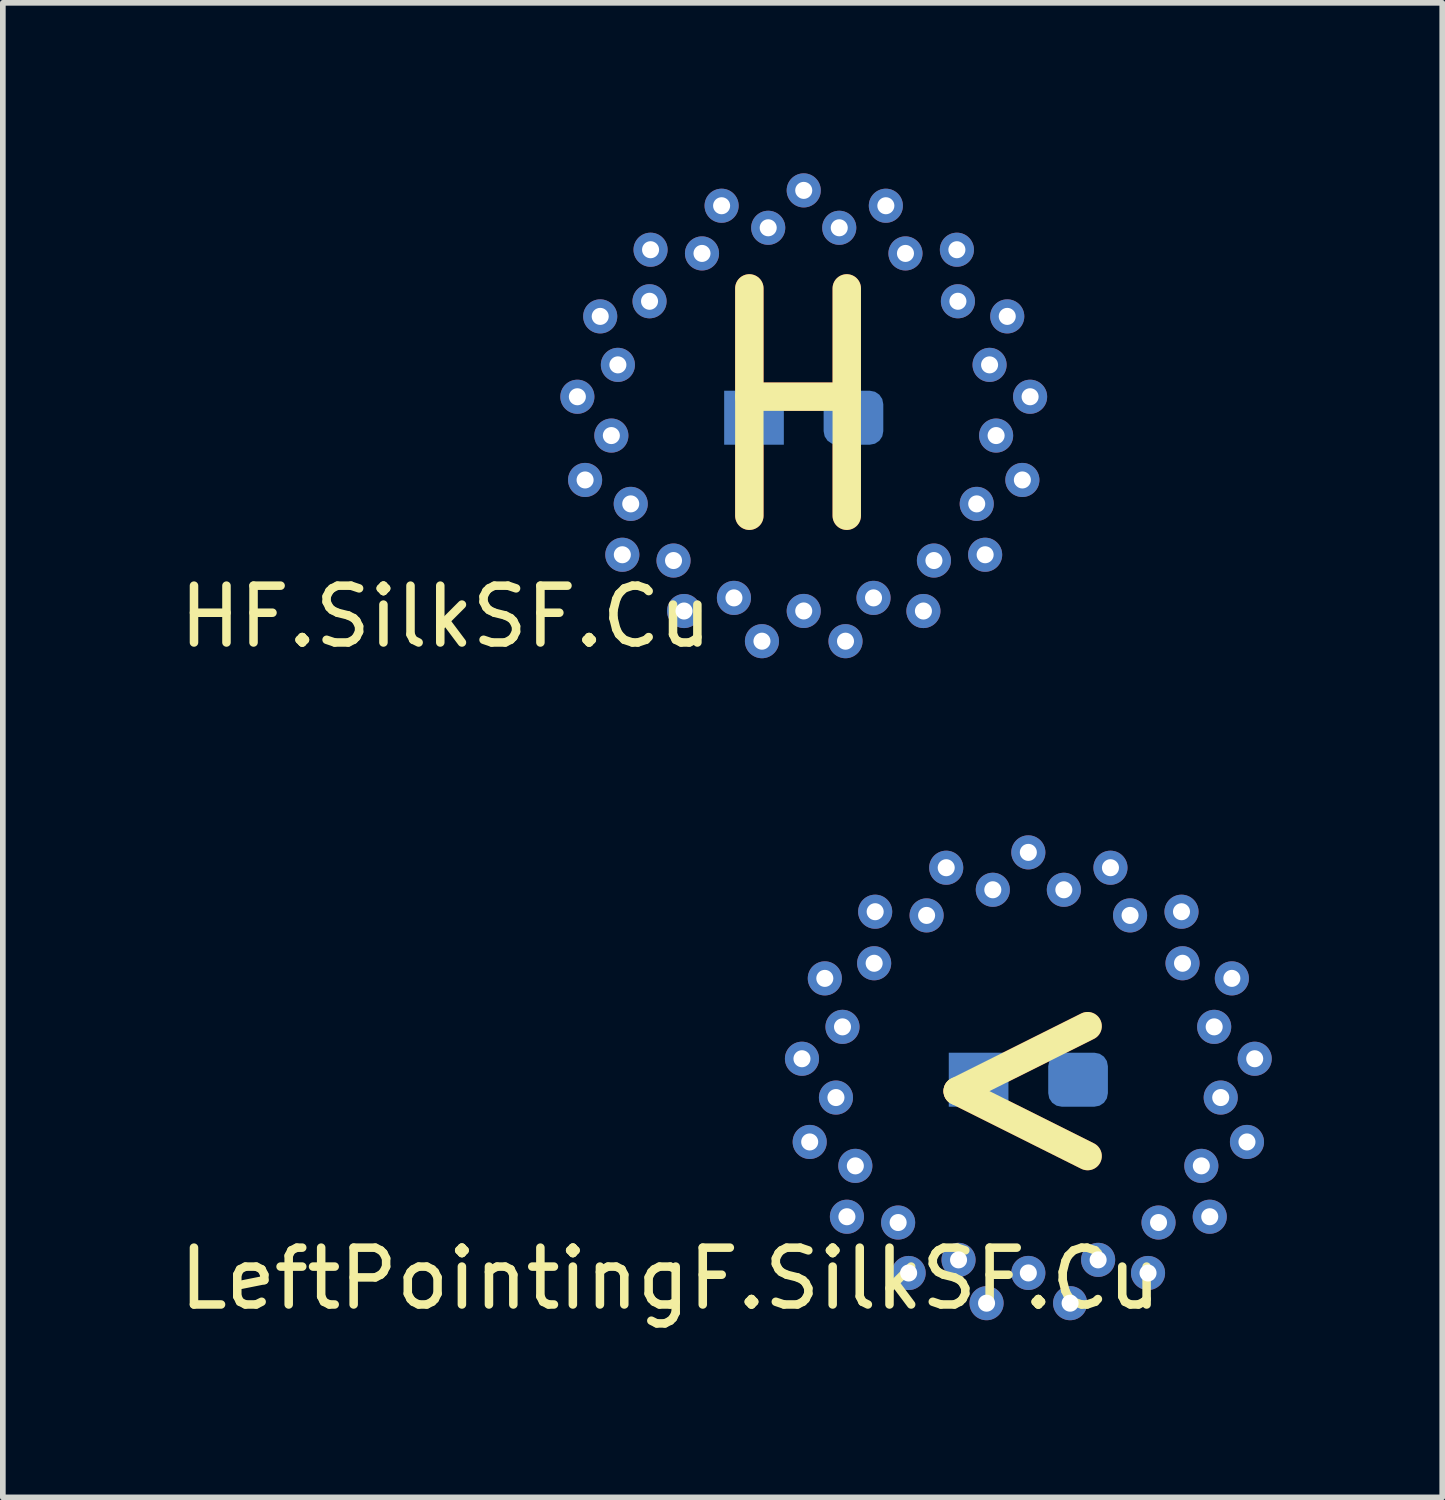
<source format=kicad_pcb>
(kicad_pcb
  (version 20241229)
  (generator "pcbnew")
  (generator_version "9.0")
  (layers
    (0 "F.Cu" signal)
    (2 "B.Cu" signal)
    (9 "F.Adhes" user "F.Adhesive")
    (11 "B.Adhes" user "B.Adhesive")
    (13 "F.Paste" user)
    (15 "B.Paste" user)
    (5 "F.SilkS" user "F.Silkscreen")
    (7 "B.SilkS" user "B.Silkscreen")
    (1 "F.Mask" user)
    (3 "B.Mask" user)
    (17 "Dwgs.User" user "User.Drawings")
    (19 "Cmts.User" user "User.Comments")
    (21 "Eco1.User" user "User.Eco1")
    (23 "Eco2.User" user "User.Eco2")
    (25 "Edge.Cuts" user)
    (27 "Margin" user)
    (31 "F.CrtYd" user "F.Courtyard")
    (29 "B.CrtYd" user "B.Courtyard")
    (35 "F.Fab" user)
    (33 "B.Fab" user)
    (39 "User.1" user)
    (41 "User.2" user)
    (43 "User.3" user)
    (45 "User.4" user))
  (footprint "HF.SilkSF.Cu"
    (layer "F.Cu")
    (at 11.092 4.3)
    (property "Reference" "HF.SilkSF.Cu" (at -6.3 3.5 0) (layer "F.SilkS") (effects (font (size 1 1) (thickness 0.15))))
    (attr through_hole)
    (fp_poly (pts (xy 0 3.4) (xy 1.228 3.17) (xy 2.291 2.513) (xy 3.044 1.516) (xy 3.385 0.314) (xy 3.27 -0.93) (xy 2.713 -2.049) (xy 1.79 -2.891) (xy 0.625 -3.342) (xy -0.625 -3.342) (xy -1.79 -2.891) (xy -2.713 -2.049) (xy -3.27 -0.93) (xy -3.385 0.314) (xy -3.044 1.516) (xy -2.291 2.513) (xy -1.228 3.17)) (stroke (width 0.1) (type solid)) (fill yes) (layer "F.Mask"))
    (fp_poly (pts (xy 0 3.4) (xy 1.228 3.17) (xy 2.291 2.513) (xy 3.044 1.516) (xy 3.385 0.314) (xy 3.27 -0.93) (xy 2.713 -2.049) (xy 1.79 -2.891) (xy 0.625 -3.342) (xy -0.625 -3.342) (xy -1.79 -2.891) (xy -2.713 -2.049) (xy -3.27 -0.93) (xy -3.385 0.314) (xy -3.044 1.516) (xy -2.291 2.513) (xy -1.228 3.17)) (stroke (width 0.1) (type solid)) (fill yes) (layer "B.Mask"))
    (fp_text user "H" (at -0.1 -0.1 0) (layer "F.Cu") (effects (font (size 4 3) (thickness 0.5))))
    (fp_text user "H" (at -0.1 -0.1 0) (layer "F.SilkS") (effects (font (size 4 3) (thickness 0.5))))
    (pad "1" thru_hole circle (at -3.385 0.314) (size 0.6 0.6) (drill 0.3) (layers "*.Cu"))
    (pad "1" thru_hole circle (at -3.27 -0.93) (size 0.6 0.6) (drill 0.3) (layers "*.Cu"))
    (pad "1" thru_hole circle (at -3.044 1.516) (size 0.6 0.6) (drill 0.3) (layers "*.Cu"))
    (pad "1" thru_hole circle (at -2.713 -2.049) (size 0.6 0.6) (drill 0.3) (layers "*.Cu"))
    (pad "1" thru_hole circle (at -2.291 2.513) (size 0.6 0.6) (drill 0.3) (layers "*.Cu"))
    (pad "1" thru_hole circle (at -1.79 -2.891) (size 0.6 0.6) (drill 0.3) (layers "*.Cu"))
    (pad "1" thru_hole circle (at -1.228 3.17) (size 0.6 0.6) (drill 0.3) (layers "*.Cu"))
    (pad "1" smd rect (at -0.875 0) (size 1.05 0.95) (layers "B.Cu" "B.Mask" "B.Paste"))
    (pad "1" thru_hole circle (at -0.625 -3.342) (size 0.6 0.6) (drill 0.3) (layers "*.Cu"))
    (pad "1" thru_hole circle (at 0 3.4) (size 0.6 0.6) (drill 0.3) (layers "*.Cu"))
    (pad "1" thru_hole circle (at 0.625 -3.342) (size 0.6 0.6) (drill 0.3) (layers "*.Cu"))
    (pad "1" thru_hole circle (at 1.228 3.17) (size 0.6 0.6) (drill 0.3) (layers "*.Cu"))
    (pad "1" thru_hole circle (at 1.79 -2.891) (size 0.6 0.6) (drill 0.3) (layers "*.Cu"))
    (pad "1" thru_hole circle (at 2.291 2.513) (size 0.6 0.6) (drill 0.3) (layers "*.Cu"))
    (pad "1" thru_hole circle (at 2.713 -2.049) (size 0.6 0.6) (drill 0.3) (layers "*.Cu"))
    (pad "1" thru_hole circle (at 3.044 1.516) (size 0.6 0.6) (drill 0.3) (layers "*.Cu"))
    (pad "1" thru_hole circle (at 3.27 -0.93) (size 0.6 0.6) (drill 0.3) (layers "*.Cu"))
    (pad "1" thru_hole circle (at 3.385 0.314) (size 0.6 0.6) (drill 0.3) (layers "*.Cu"))
    (pad "2" thru_hole circle (at -3.983 -0.369) (size 0.6 0.6) (drill 0.3) (layers "*.Cu"))
    (pad "2" thru_hole circle (at -3.847 1.095) (size 0.6 0.6) (drill 0.3) (layers "*.Cu"))
    (pad "2" thru_hole circle (at -3.581 -1.783) (size 0.6 0.6) (drill 0.3) (layers "*.Cu"))
    (pad "2" thru_hole circle (at -3.192 2.411) (size 0.6 0.6) (drill 0.3) (layers "*.Cu"))
    (pad "2" thru_hole circle (at -2.695 -2.956) (size 0.6 0.6) (drill 0.3) (layers "*.Cu"))
    (pad "2" thru_hole circle (at -2.106 3.401) (size 0.6 0.6) (drill 0.3) (layers "*.Cu"))
    (pad "2" thru_hole circle (at -1.445 -3.73) (size 0.6 0.6) (drill 0.3) (layers "*.Cu"))
    (pad "2" thru_hole circle (at -0.735 3.932) (size 0.6 0.6) (drill 0.3) (layers "*.Cu"))
    (pad "2" thru_hole circle (at 0 -4) (size 0.6 0.6) (drill 0.3) (layers "*.Cu"))
    (pad "2" thru_hole circle (at 0.735 3.932) (size 0.6 0.6) (drill 0.3) (layers "*.Cu"))
    (pad "2" smd roundrect (at 0.875 0) (size 1.05 0.95) (layers "B.Cu" "B.Mask" "B.Paste") (roundrect_rratio 0.25))
    (pad "2" thru_hole circle (at 1.445 -3.73) (size 0.6 0.6) (drill 0.3) (layers "*.Cu"))
    (pad "2" thru_hole circle (at 2.106 3.401) (size 0.6 0.6) (drill 0.3) (layers "*.Cu"))
    (pad "2" thru_hole circle (at 2.695 -2.956) (size 0.6 0.6) (drill 0.3) (layers "*.Cu"))
    (pad "2" thru_hole circle (at 3.192 2.411) (size 0.6 0.6) (drill 0.3) (layers "*.Cu"))
    (pad "2" thru_hole circle (at 3.581 -1.783) (size 0.6 0.6) (drill 0.3) (layers "*.Cu"))
    (pad "2" thru_hole circle (at 3.847 1.095) (size 0.6 0.6) (drill 0.3) (layers "*.Cu"))
    (pad "2" thru_hole circle (at 3.983 -0.369) (size 0.6 0.6) (drill 0.3) (layers "*.Cu")))
  (footprint "LeftPointingF.SilkSF.Cu"
    (layer "F.Cu")
    (at 15.044 15.948)
    (property "Reference" "LeftPointingF.SilkSF.Cu" (at -6.3 3.5 0) (layer "F.SilkS") (effects (font (size 1 1) (thickness 0.15))))
    (attr through_hole)
    (fp_poly (pts (xy 0 3.4) (xy 1.228 3.17) (xy 2.291 2.513) (xy 3.044 1.516) (xy 3.385 0.314) (xy 3.27 -0.93) (xy 2.713 -2.049) (xy 1.79 -2.891) (xy 0.625 -3.342) (xy -0.625 -3.342) (xy -1.79 -2.891) (xy -2.713 -2.049) (xy -3.27 -0.93) (xy -3.385 0.314) (xy -3.044 1.516) (xy -2.291 2.513) (xy -1.228 3.17)) (stroke (width 0.1) (type solid)) (fill yes) (layer "F.Mask"))
    (fp_poly (pts (xy 0 3.4) (xy 1.228 3.17) (xy 2.291 2.513) (xy 3.044 1.516) (xy 3.385 0.314) (xy 3.27 -0.93) (xy 2.713 -2.049) (xy 1.79 -2.891) (xy 0.625 -3.342) (xy -0.625 -3.342) (xy -1.79 -2.891) (xy -2.713 -2.049) (xy -3.27 -0.93) (xy -3.385 0.314) (xy -3.044 1.516) (xy -2.291 2.513) (xy -1.228 3.17)) (stroke (width 0.1) (type solid)) (fill yes) (layer "B.Mask"))
    (fp_text user "<" (at -0.1 -0.1 0) (layer "F.Cu") (effects (font (size 4 3) (thickness 0.5))))
    (fp_text user "<" (at -0.1 -0.1 0) (layer "F.SilkS") (effects (font (size 4 3) (thickness 0.5))))
    (pad "1" thru_hole circle (at -3.385 0.314) (size 0.6 0.6) (drill 0.3) (layers "*.Cu"))
    (pad "1" thru_hole circle (at -3.27 -0.93) (size 0.6 0.6) (drill 0.3) (layers "*.Cu"))
    (pad "1" thru_hole circle (at -3.044 1.516) (size 0.6 0.6) (drill 0.3) (layers "*.Cu"))
    (pad "1" thru_hole circle (at -2.713 -2.049) (size 0.6 0.6) (drill 0.3) (layers "*.Cu"))
    (pad "1" thru_hole circle (at -2.291 2.513) (size 0.6 0.6) (drill 0.3) (layers "*.Cu"))
    (pad "1" thru_hole circle (at -1.79 -2.891) (size 0.6 0.6) (drill 0.3) (layers "*.Cu"))
    (pad "1" thru_hole circle (at -1.228 3.17) (size 0.6 0.6) (drill 0.3) (layers "*.Cu"))
    (pad "1" smd rect (at -0.875 0) (size 1.05 0.95) (layers "B.Cu" "B.Mask" "B.Paste"))
    (pad "1" thru_hole circle (at -0.625 -3.342) (size 0.6 0.6) (drill 0.3) (layers "*.Cu"))
    (pad "1" thru_hole circle (at 0 3.4) (size 0.6 0.6) (drill 0.3) (layers "*.Cu"))
    (pad "1" thru_hole circle (at 0.625 -3.342) (size 0.6 0.6) (drill 0.3) (layers "*.Cu"))
    (pad "1" thru_hole circle (at 1.228 3.17) (size 0.6 0.6) (drill 0.3) (layers "*.Cu"))
    (pad "1" thru_hole circle (at 1.79 -2.891) (size 0.6 0.6) (drill 0.3) (layers "*.Cu"))
    (pad "1" thru_hole circle (at 2.291 2.513) (size 0.6 0.6) (drill 0.3) (layers "*.Cu"))
    (pad "1" thru_hole circle (at 2.713 -2.049) (size 0.6 0.6) (drill 0.3) (layers "*.Cu"))
    (pad "1" thru_hole circle (at 3.044 1.516) (size 0.6 0.6) (drill 0.3) (layers "*.Cu"))
    (pad "1" thru_hole circle (at 3.27 -0.93) (size 0.6 0.6) (drill 0.3) (layers "*.Cu"))
    (pad "1" thru_hole circle (at 3.385 0.314) (size 0.6 0.6) (drill 0.3) (layers "*.Cu"))
    (pad "2" thru_hole circle (at -3.983 -0.369) (size 0.6 0.6) (drill 0.3) (layers "*.Cu"))
    (pad "2" thru_hole circle (at -3.847 1.095) (size 0.6 0.6) (drill 0.3) (layers "*.Cu"))
    (pad "2" thru_hole circle (at -3.581 -1.783) (size 0.6 0.6) (drill 0.3) (layers "*.Cu"))
    (pad "2" thru_hole circle (at -3.192 2.411) (size 0.6 0.6) (drill 0.3) (layers "*.Cu"))
    (pad "2" thru_hole circle (at -2.695 -2.956) (size 0.6 0.6) (drill 0.3) (layers "*.Cu"))
    (pad "2" thru_hole circle (at -2.106 3.401) (size 0.6 0.6) (drill 0.3) (layers "*.Cu"))
    (pad "2" thru_hole circle (at -1.445 -3.73) (size 0.6 0.6) (drill 0.3) (layers "*.Cu"))
    (pad "2" thru_hole circle (at -0.735 3.932) (size 0.6 0.6) (drill 0.3) (layers "*.Cu"))
    (pad "2" thru_hole circle (at 0 -4) (size 0.6 0.6) (drill 0.3) (layers "*.Cu"))
    (pad "2" thru_hole circle (at 0.735 3.932) (size 0.6 0.6) (drill 0.3) (layers "*.Cu"))
    (pad "2" smd roundrect (at 0.875 0) (size 1.05 0.95) (layers "B.Cu" "B.Mask" "B.Paste") (roundrect_rratio 0.25))
    (pad "2" thru_hole circle (at 1.445 -3.73) (size 0.6 0.6) (drill 0.3) (layers "*.Cu"))
    (pad "2" thru_hole circle (at 2.106 3.401) (size 0.6 0.6) (drill 0.3) (layers "*.Cu"))
    (pad "2" thru_hole circle (at 2.695 -2.956) (size 0.6 0.6) (drill 0.3) (layers "*.Cu"))
    (pad "2" thru_hole circle (at 3.192 2.411) (size 0.6 0.6) (drill 0.3) (layers "*.Cu"))
    (pad "2" thru_hole circle (at 3.581 -1.783) (size 0.6 0.6) (drill 0.3) (layers "*.Cu"))
    (pad "2" thru_hole circle (at 3.847 1.095) (size 0.6 0.6) (drill 0.3) (layers "*.Cu"))
    (pad "2" thru_hole circle (at 3.983 -0.369) (size 0.6 0.6) (drill 0.3) (layers "*.Cu")))
  (gr_rect
    (start -3 -3)
    (end 22.327 23.297)
    (stroke (width 0.1) (type default))
    (fill no)
    (layer "Edge.Cuts")))
</source>
